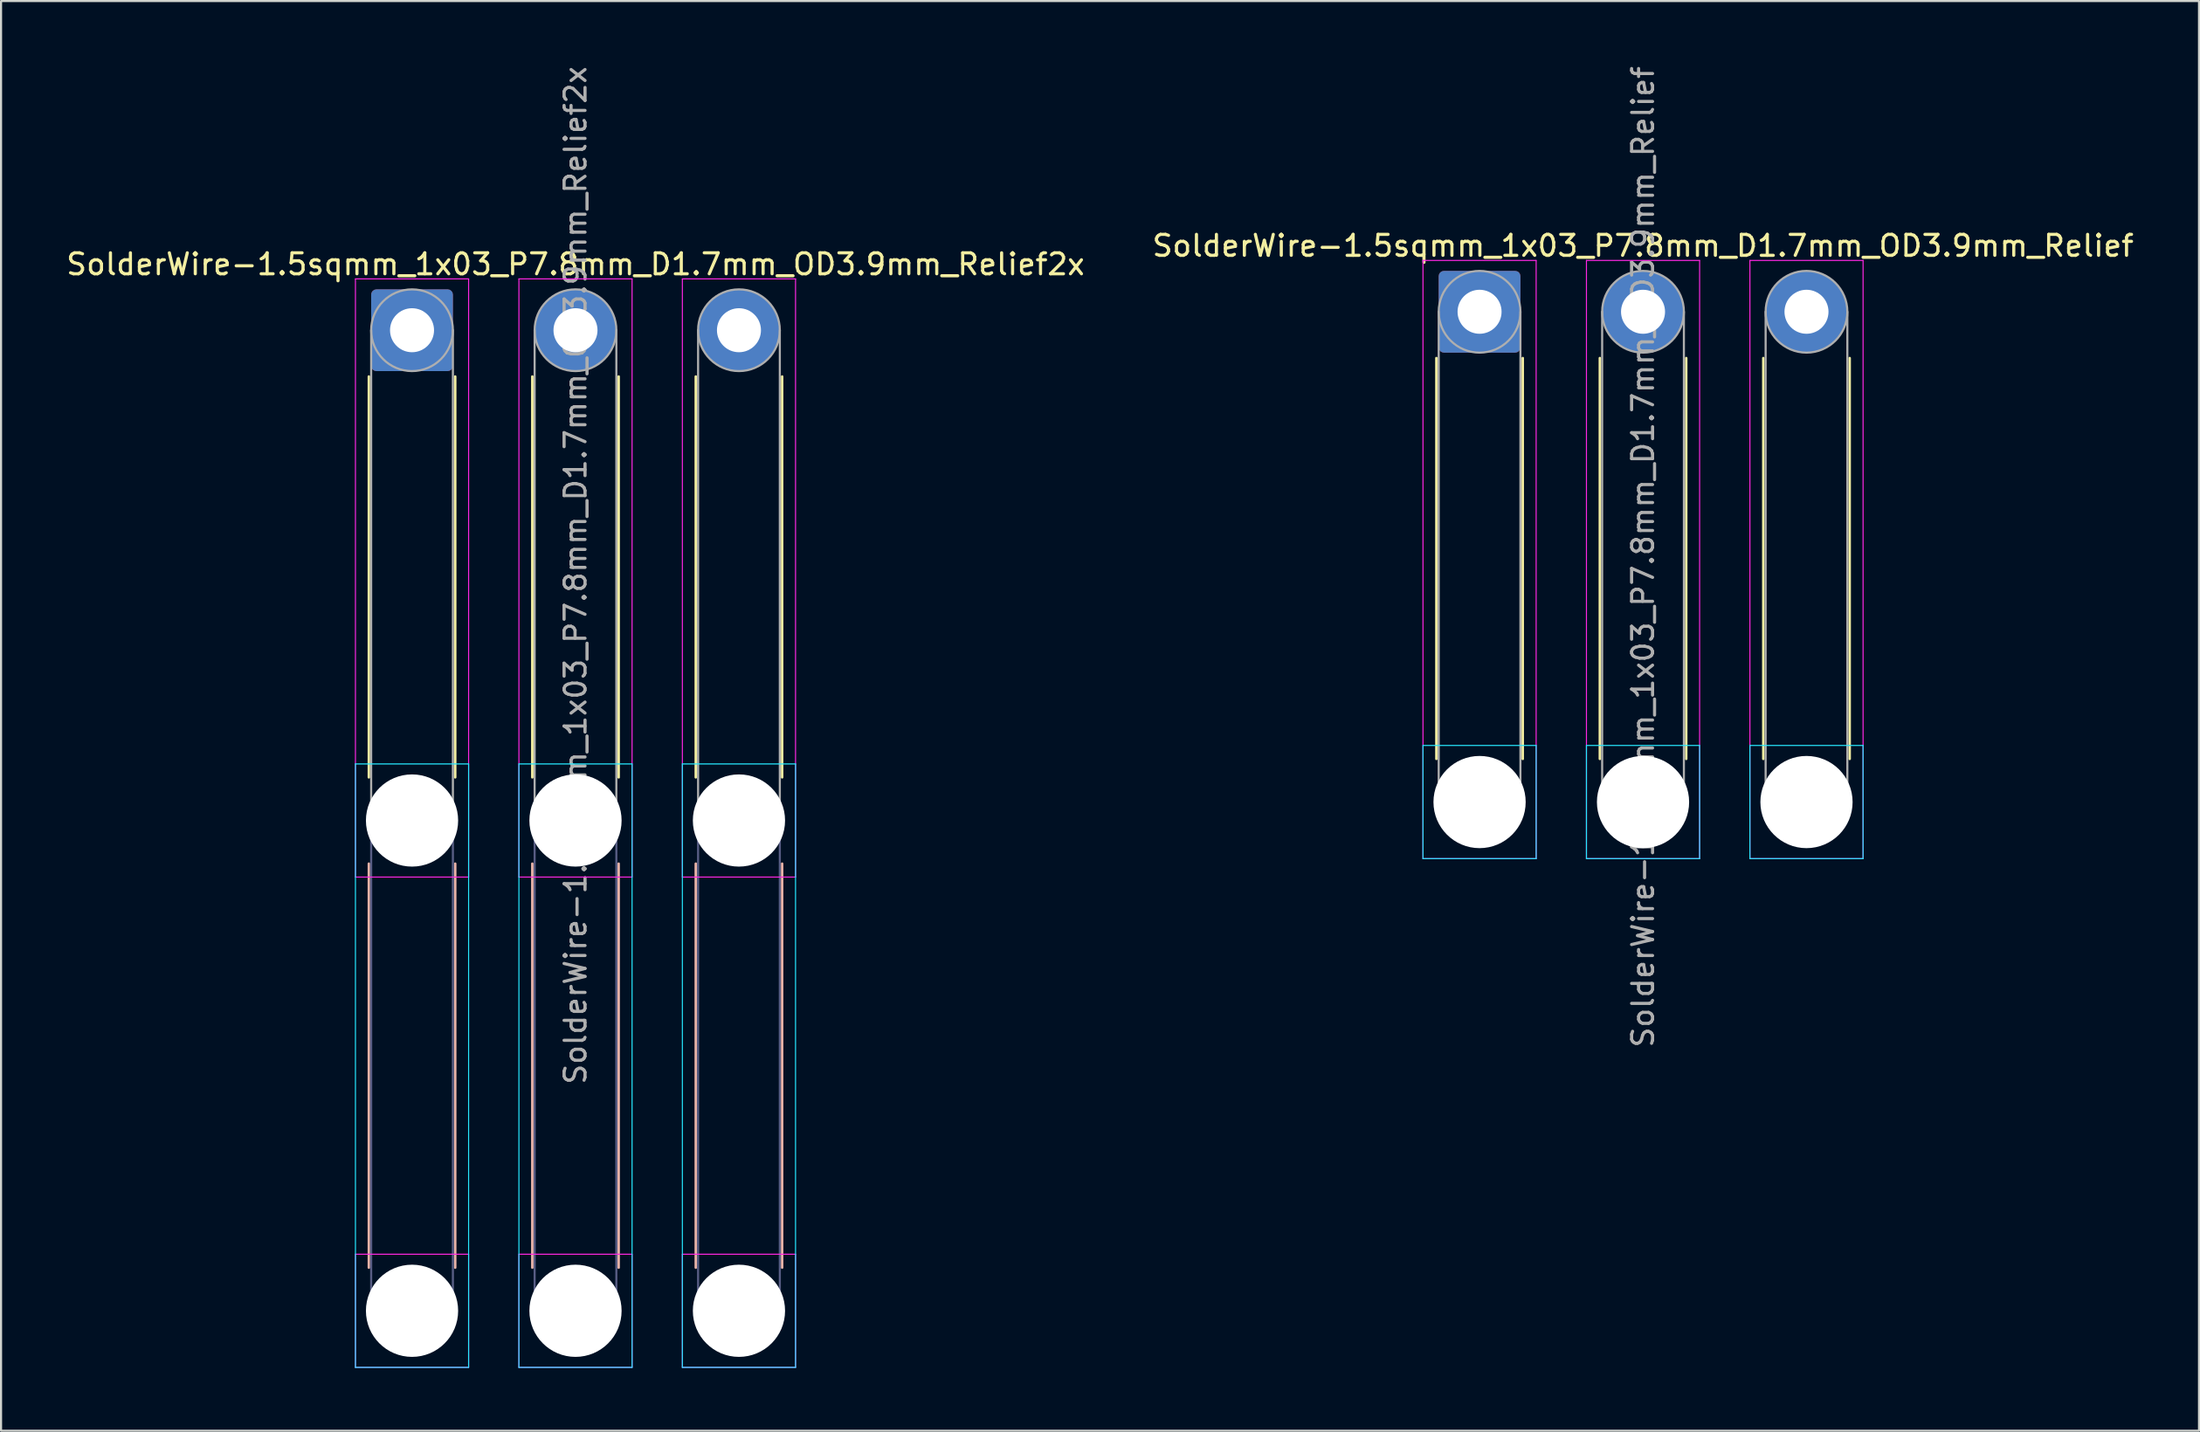
<source format=kicad_pcb>
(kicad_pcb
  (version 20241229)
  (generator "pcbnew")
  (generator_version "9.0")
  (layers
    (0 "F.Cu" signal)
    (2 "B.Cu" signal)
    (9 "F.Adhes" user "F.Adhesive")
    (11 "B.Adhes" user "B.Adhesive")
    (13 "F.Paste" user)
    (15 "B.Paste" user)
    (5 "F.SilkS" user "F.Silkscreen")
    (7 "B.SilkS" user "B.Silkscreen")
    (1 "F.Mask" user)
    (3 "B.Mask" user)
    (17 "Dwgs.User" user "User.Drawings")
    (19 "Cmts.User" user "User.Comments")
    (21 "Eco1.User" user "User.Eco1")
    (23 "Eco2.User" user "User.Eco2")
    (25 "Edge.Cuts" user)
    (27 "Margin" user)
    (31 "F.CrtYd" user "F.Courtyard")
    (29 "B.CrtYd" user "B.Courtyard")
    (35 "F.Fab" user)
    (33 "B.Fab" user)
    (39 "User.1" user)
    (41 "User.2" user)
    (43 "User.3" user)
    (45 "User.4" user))
  (footprint "SolderWire-1.5sqmm_1x03_P7.8mm_D1.7mm_OD3.9mm_Relief"
    (layer "F.Cu")
    (at 67.551 11.83)
    (property "Reference" "SolderWire-1.5sqmm_1x03_P7.8mm_D1.7mm_OD3.9mm_Relief" (at 7.8 -3.15 0) (layer "F.SilkS") (effects (font (size 1 1) (thickness 0.15))))
    (attr exclude_from_pos_files exclude_from_bom)
    (fp_line (start -2.06 2.21) (end -2.06 21.34) (stroke (width 0.12) (type solid)) (layer "F.SilkS"))
    (fp_line (start 2.06 2.21) (end 2.06 21.34) (stroke (width 0.12) (type solid)) (layer "F.SilkS"))
    (fp_line (start 5.74 2.21) (end 5.74 21.34) (stroke (width 0.12) (type solid)) (layer "F.SilkS"))
    (fp_line (start 9.86 2.21) (end 9.86 21.34) (stroke (width 0.12) (type solid)) (layer "F.SilkS"))
    (fp_line (start 13.54 2.21) (end 13.54 21.34) (stroke (width 0.12) (type solid)) (layer "F.SilkS"))
    (fp_line (start 17.66 2.21) (end 17.66 21.34) (stroke (width 0.12) (type solid)) (layer "F.SilkS"))
    (fp_line (start -2.7 20.7) (end -2.7 26.1) (stroke (width 0.05) (type solid)) (layer "B.CrtYd"))
    (fp_line (start -2.7 26.1) (end 2.7 26.1) (stroke (width 0.05) (type solid)) (layer "B.CrtYd"))
    (fp_line (start 2.7 20.7) (end -2.7 20.7) (stroke (width 0.05) (type solid)) (layer "B.CrtYd"))
    (fp_line (start 2.7 26.1) (end 2.7 20.7) (stroke (width 0.05) (type solid)) (layer "B.CrtYd"))
    (fp_line (start 5.1 20.7) (end 5.1 26.1) (stroke (width 0.05) (type solid)) (layer "B.CrtYd"))
    (fp_line (start 5.1 26.1) (end 10.5 26.1) (stroke (width 0.05) (type solid)) (layer "B.CrtYd"))
    (fp_line (start 10.5 20.7) (end 5.1 20.7) (stroke (width 0.05) (type solid)) (layer "B.CrtYd"))
    (fp_line (start 10.5 26.1) (end 10.5 20.7) (stroke (width 0.05) (type solid)) (layer "B.CrtYd"))
    (fp_line (start 12.9 20.7) (end 12.9 26.1) (stroke (width 0.05) (type solid)) (layer "B.CrtYd"))
    (fp_line (start 12.9 26.1) (end 18.3 26.1) (stroke (width 0.05) (type solid)) (layer "B.CrtYd"))
    (fp_line (start 18.3 20.7) (end 12.9 20.7) (stroke (width 0.05) (type solid)) (layer "B.CrtYd"))
    (fp_line (start 18.3 26.1) (end 18.3 20.7) (stroke (width 0.05) (type solid)) (layer "B.CrtYd"))
    (fp_line (start -2.7 -2.45) (end -2.7 26.1) (stroke (width 0.05) (type solid)) (layer "F.CrtYd"))
    (fp_line (start -2.7 26.1) (end 2.7 26.1) (stroke (width 0.05) (type solid)) (layer "F.CrtYd"))
    (fp_line (start 2.7 -2.45) (end -2.7 -2.45) (stroke (width 0.05) (type solid)) (layer "F.CrtYd"))
    (fp_line (start 2.7 26.1) (end 2.7 -2.45) (stroke (width 0.05) (type solid)) (layer "F.CrtYd"))
    (fp_line (start 5.1 -2.45) (end 5.1 26.1) (stroke (width 0.05) (type solid)) (layer "F.CrtYd"))
    (fp_line (start 5.1 26.1) (end 10.5 26.1) (stroke (width 0.05) (type solid)) (layer "F.CrtYd"))
    (fp_line (start 10.5 -2.45) (end 5.1 -2.45) (stroke (width 0.05) (type solid)) (layer "F.CrtYd"))
    (fp_line (start 10.5 26.1) (end 10.5 -2.45) (stroke (width 0.05) (type solid)) (layer "F.CrtYd"))
    (fp_line (start 12.9 -2.45) (end 12.9 26.1) (stroke (width 0.05) (type solid)) (layer "F.CrtYd"))
    (fp_line (start 12.9 26.1) (end 18.3 26.1) (stroke (width 0.05) (type solid)) (layer "F.CrtYd"))
    (fp_line (start 18.3 -2.45) (end 12.9 -2.45) (stroke (width 0.05) (type solid)) (layer "F.CrtYd"))
    (fp_line (start 18.3 26.1) (end 18.3 -2.45) (stroke (width 0.05) (type solid)) (layer "F.CrtYd"))
    (fp_line (start -1.95 0) (end -1.95 23.4) (stroke (width 0.1) (type solid)) (layer "F.Fab"))
    (fp_line (start 1.95 0) (end 1.95 23.4) (stroke (width 0.1) (type solid)) (layer "F.Fab"))
    (fp_line (start 5.85 0) (end 5.85 23.4) (stroke (width 0.1) (type solid)) (layer "F.Fab"))
    (fp_line (start 9.75 0) (end 9.75 23.4) (stroke (width 0.1) (type solid)) (layer "F.Fab"))
    (fp_line (start 13.65 0) (end 13.65 23.4) (stroke (width 0.1) (type solid)) (layer "F.Fab"))
    (fp_line (start 17.55 0) (end 17.55 23.4) (stroke (width 0.1) (type solid)) (layer "F.Fab"))
    (fp_circle (center 0 0) (end 1.95 0) (stroke (width 0.1) (type solid)) (fill no) (layer "F.Fab"))
    (fp_circle (center 0 23.4) (end 1.95 23.4) (stroke (width 0.1) (type solid)) (fill no) (layer "F.Fab"))
    (fp_circle (center 7.8 0) (end 9.75 0) (stroke (width 0.1) (type solid)) (fill no) (layer "F.Fab"))
    (fp_circle (center 7.8 23.4) (end 9.75 23.4) (stroke (width 0.1) (type solid)) (fill no) (layer "F.Fab"))
    (fp_circle (center 15.6 0) (end 17.55 0) (stroke (width 0.1) (type solid)) (fill no) (layer "F.Fab"))
    (fp_circle (center 15.6 23.4) (end 17.55 23.4) (stroke (width 0.1) (type solid)) (fill no) (layer "F.Fab"))
    (fp_text user "${REFERENCE}" (at 7.8 11.7 90) (layer "F.Fab") (effects (font (size 1 1) (thickness 0.15))))
    (pad "" np_thru_hole circle (at 0 23.4) (size 4.4 4.4) (drill 4.4) (layers "*.Cu" "*.Mask"))
    (pad "" np_thru_hole circle (at 7.8 23.4) (size 4.4 4.4) (drill 4.4) (layers "*.Cu" "*.Mask"))
    (pad "" np_thru_hole circle (at 15.6 23.4) (size 4.4 4.4) (drill 4.4) (layers "*.Cu" "*.Mask"))
    (pad "1" thru_hole roundrect (at 0 0) (size 3.9 3.9) (drill 2.1) (layers "*.Cu" "*.Mask") (roundrect_rratio 0.064))
    (pad "2" thru_hole circle (at 7.8 0) (size 3.9 3.9) (drill 2.1) (layers "*.Cu" "*.Mask"))
    (pad "3" thru_hole circle (at 15.6 0) (size 3.9 3.9) (drill 2.1) (layers "*.Cu" "*.Mask")))
  (footprint "SolderWire-1.5sqmm_1x03_P7.8mm_D1.7mm_OD3.9mm_Relief2x"
    (layer "F.Cu")
    (at 16.611 12.711)
    (property "Reference" "SolderWire-1.5sqmm_1x03_P7.8mm_D1.7mm_OD3.9mm_Relief2x" (at 7.8 -3.15 0) (layer "F.SilkS") (effects (font (size 1 1) (thickness 0.15))))
    (attr exclude_from_pos_files exclude_from_bom)
    (fp_line (start -2.06 2.21) (end -2.06 21.34) (stroke (width 0.12) (type solid)) (layer "F.SilkS"))
    (fp_line (start 2.06 2.21) (end 2.06 21.34) (stroke (width 0.12) (type solid)) (layer "F.SilkS"))
    (fp_line (start 5.74 2.21) (end 5.74 21.34) (stroke (width 0.12) (type solid)) (layer "F.SilkS"))
    (fp_line (start 9.86 2.21) (end 9.86 21.34) (stroke (width 0.12) (type solid)) (layer "F.SilkS"))
    (fp_line (start 13.54 2.21) (end 13.54 21.34) (stroke (width 0.12) (type solid)) (layer "F.SilkS"))
    (fp_line (start 17.66 2.21) (end 17.66 21.34) (stroke (width 0.12) (type solid)) (layer "F.SilkS"))
    (fp_line (start -2.06 25.46) (end -2.06 44.74) (stroke (width 0.12) (type solid)) (layer "B.SilkS"))
    (fp_line (start 2.06 25.46) (end 2.06 44.74) (stroke (width 0.12) (type solid)) (layer "B.SilkS"))
    (fp_line (start 5.74 25.46) (end 5.74 44.74) (stroke (width 0.12) (type solid)) (layer "B.SilkS"))
    (fp_line (start 9.86 25.46) (end 9.86 44.74) (stroke (width 0.12) (type solid)) (layer "B.SilkS"))
    (fp_line (start 13.54 25.46) (end 13.54 44.74) (stroke (width 0.12) (type solid)) (layer "B.SilkS"))
    (fp_line (start 17.66 25.46) (end 17.66 44.74) (stroke (width 0.12) (type solid)) (layer "B.SilkS"))
    (fp_line (start -2.7 20.7) (end -2.7 49.5) (stroke (width 0.05) (type solid)) (layer "B.CrtYd"))
    (fp_line (start -2.7 49.5) (end 2.7 49.5) (stroke (width 0.05) (type solid)) (layer "B.CrtYd"))
    (fp_line (start 2.7 20.7) (end -2.7 20.7) (stroke (width 0.05) (type solid)) (layer "B.CrtYd"))
    (fp_line (start 2.7 49.5) (end 2.7 20.7) (stroke (width 0.05) (type solid)) (layer "B.CrtYd"))
    (fp_line (start 5.1 20.7) (end 5.1 49.5) (stroke (width 0.05) (type solid)) (layer "B.CrtYd"))
    (fp_line (start 5.1 49.5) (end 10.5 49.5) (stroke (width 0.05) (type solid)) (layer "B.CrtYd"))
    (fp_line (start 10.5 20.7) (end 5.1 20.7) (stroke (width 0.05) (type solid)) (layer "B.CrtYd"))
    (fp_line (start 10.5 49.5) (end 10.5 20.7) (stroke (width 0.05) (type solid)) (layer "B.CrtYd"))
    (fp_line (start 12.9 20.7) (end 12.9 49.5) (stroke (width 0.05) (type solid)) (layer "B.CrtYd"))
    (fp_line (start 12.9 49.5) (end 18.3 49.5) (stroke (width 0.05) (type solid)) (layer "B.CrtYd"))
    (fp_line (start 18.3 20.7) (end 12.9 20.7) (stroke (width 0.05) (type solid)) (layer "B.CrtYd"))
    (fp_line (start 18.3 49.5) (end 18.3 20.7) (stroke (width 0.05) (type solid)) (layer "B.CrtYd"))
    (fp_line (start -2.7 -2.45) (end -2.7 26.1) (stroke (width 0.05) (type solid)) (layer "F.CrtYd"))
    (fp_line (start -2.7 26.1) (end 2.7 26.1) (stroke (width 0.05) (type solid)) (layer "F.CrtYd"))
    (fp_line (start -2.7 44.1) (end -2.7 49.5) (stroke (width 0.05) (type solid)) (layer "F.CrtYd"))
    (fp_line (start -2.7 49.5) (end 2.7 49.5) (stroke (width 0.05) (type solid)) (layer "F.CrtYd"))
    (fp_line (start 2.7 -2.45) (end -2.7 -2.45) (stroke (width 0.05) (type solid)) (layer "F.CrtYd"))
    (fp_line (start 2.7 26.1) (end 2.7 -2.45) (stroke (width 0.05) (type solid)) (layer "F.CrtYd"))
    (fp_line (start 2.7 44.1) (end -2.7 44.1) (stroke (width 0.05) (type solid)) (layer "F.CrtYd"))
    (fp_line (start 2.7 49.5) (end 2.7 44.1) (stroke (width 0.05) (type solid)) (layer "F.CrtYd"))
    (fp_line (start 5.1 -2.45) (end 5.1 26.1) (stroke (width 0.05) (type solid)) (layer "F.CrtYd"))
    (fp_line (start 5.1 26.1) (end 10.5 26.1) (stroke (width 0.05) (type solid)) (layer "F.CrtYd"))
    (fp_line (start 5.1 44.1) (end 5.1 49.5) (stroke (width 0.05) (type solid)) (layer "F.CrtYd"))
    (fp_line (start 5.1 49.5) (end 10.5 49.5) (stroke (width 0.05) (type solid)) (layer "F.CrtYd"))
    (fp_line (start 10.5 -2.45) (end 5.1 -2.45) (stroke (width 0.05) (type solid)) (layer "F.CrtYd"))
    (fp_line (start 10.5 26.1) (end 10.5 -2.45) (stroke (width 0.05) (type solid)) (layer "F.CrtYd"))
    (fp_line (start 10.5 44.1) (end 5.1 44.1) (stroke (width 0.05) (type solid)) (layer "F.CrtYd"))
    (fp_line (start 10.5 49.5) (end 10.5 44.1) (stroke (width 0.05) (type solid)) (layer "F.CrtYd"))
    (fp_line (start 12.9 -2.45) (end 12.9 26.1) (stroke (width 0.05) (type solid)) (layer "F.CrtYd"))
    (fp_line (start 12.9 26.1) (end 18.3 26.1) (stroke (width 0.05) (type solid)) (layer "F.CrtYd"))
    (fp_line (start 12.9 44.1) (end 12.9 49.5) (stroke (width 0.05) (type solid)) (layer "F.CrtYd"))
    (fp_line (start 12.9 49.5) (end 18.3 49.5) (stroke (width 0.05) (type solid)) (layer "F.CrtYd"))
    (fp_line (start 18.3 -2.45) (end 12.9 -2.45) (stroke (width 0.05) (type solid)) (layer "F.CrtYd"))
    (fp_line (start 18.3 26.1) (end 18.3 -2.45) (stroke (width 0.05) (type solid)) (layer "F.CrtYd"))
    (fp_line (start 18.3 44.1) (end 12.9 44.1) (stroke (width 0.05) (type solid)) (layer "F.CrtYd"))
    (fp_line (start 18.3 49.5) (end 18.3 44.1) (stroke (width 0.05) (type solid)) (layer "F.CrtYd"))
    (fp_line (start -1.95 23.4) (end -1.95 46.8) (stroke (width 0.1) (type solid)) (layer "B.Fab"))
    (fp_line (start 1.95 23.4) (end 1.95 46.8) (stroke (width 0.1) (type solid)) (layer "B.Fab"))
    (fp_line (start 5.85 23.4) (end 5.85 46.8) (stroke (width 0.1) (type solid)) (layer "B.Fab"))
    (fp_line (start 9.75 23.4) (end 9.75 46.8) (stroke (width 0.1) (type solid)) (layer "B.Fab"))
    (fp_line (start 13.65 23.4) (end 13.65 46.8) (stroke (width 0.1) (type solid)) (layer "B.Fab"))
    (fp_line (start 17.55 23.4) (end 17.55 46.8) (stroke (width 0.1) (type solid)) (layer "B.Fab"))
    (fp_circle (center 0 23.4) (end 1.95 23.4) (stroke (width 0.1) (type solid)) (fill no) (layer "B.Fab"))
    (fp_circle (center 0 46.8) (end 1.95 46.8) (stroke (width 0.1) (type solid)) (fill no) (layer "B.Fab"))
    (fp_circle (center 7.8 23.4) (end 9.75 23.4) (stroke (width 0.1) (type solid)) (fill no) (layer "B.Fab"))
    (fp_circle (center 7.8 46.8) (end 9.75 46.8) (stroke (width 0.1) (type solid)) (fill no) (layer "B.Fab"))
    (fp_circle (center 15.6 23.4) (end 17.55 23.4) (stroke (width 0.1) (type solid)) (fill no) (layer "B.Fab"))
    (fp_circle (center 15.6 46.8) (end 17.55 46.8) (stroke (width 0.1) (type solid)) (fill no) (layer "B.Fab"))
    (fp_line (start -1.95 0) (end -1.95 23.4) (stroke (width 0.1) (type solid)) (layer "F.Fab"))
    (fp_line (start 1.95 0) (end 1.95 23.4) (stroke (width 0.1) (type solid)) (layer "F.Fab"))
    (fp_line (start 5.85 0) (end 5.85 23.4) (stroke (width 0.1) (type solid)) (layer "F.Fab"))
    (fp_line (start 9.75 0) (end 9.75 23.4) (stroke (width 0.1) (type solid)) (layer "F.Fab"))
    (fp_line (start 13.65 0) (end 13.65 23.4) (stroke (width 0.1) (type solid)) (layer "F.Fab"))
    (fp_line (start 17.55 0) (end 17.55 23.4) (stroke (width 0.1) (type solid)) (layer "F.Fab"))
    (fp_circle (center 0 0) (end 1.95 0) (stroke (width 0.1) (type solid)) (fill no) (layer "F.Fab"))
    (fp_circle (center 0 23.4) (end 1.95 23.4) (stroke (width 0.1) (type solid)) (fill no) (layer "F.Fab"))
    (fp_circle (center 0 46.8) (end 1.95 46.8) (stroke (width 0.1) (type solid)) (fill no) (layer "F.Fab"))
    (fp_circle (center 7.8 0) (end 9.75 0) (stroke (width 0.1) (type solid)) (fill no) (layer "F.Fab"))
    (fp_circle (center 7.8 23.4) (end 9.75 23.4) (stroke (width 0.1) (type solid)) (fill no) (layer "F.Fab"))
    (fp_circle (center 7.8 46.8) (end 9.75 46.8) (stroke (width 0.1) (type solid)) (fill no) (layer "F.Fab"))
    (fp_circle (center 15.6 0) (end 17.55 0) (stroke (width 0.1) (type solid)) (fill no) (layer "F.Fab"))
    (fp_circle (center 15.6 23.4) (end 17.55 23.4) (stroke (width 0.1) (type solid)) (fill no) (layer "F.Fab"))
    (fp_circle (center 15.6 46.8) (end 17.55 46.8) (stroke (width 0.1) (type solid)) (fill no) (layer "F.Fab"))
    (fp_text user "${REFERENCE}" (at 7.8 11.7 90) (layer "F.Fab") (effects (font (size 1 1) (thickness 0.15))))
    (pad "" np_thru_hole circle (at 0 23.4) (size 4.4 4.4) (drill 4.4) (layers "*.Cu" "*.Mask"))
    (pad "" np_thru_hole circle (at 0 46.8) (size 4.4 4.4) (drill 4.4) (layers "*.Cu" "*.Mask"))
    (pad "" np_thru_hole circle (at 7.8 23.4) (size 4.4 4.4) (drill 4.4) (layers "*.Cu" "*.Mask"))
    (pad "" np_thru_hole circle (at 7.8 46.8) (size 4.4 4.4) (drill 4.4) (layers "*.Cu" "*.Mask"))
    (pad "" np_thru_hole circle (at 15.6 23.4) (size 4.4 4.4) (drill 4.4) (layers "*.Cu" "*.Mask"))
    (pad "" np_thru_hole circle (at 15.6 46.8) (size 4.4 4.4) (drill 4.4) (layers "*.Cu" "*.Mask"))
    (pad "1" thru_hole roundrect (at 0 0) (size 3.9 3.9) (drill 2.1) (layers "*.Cu" "*.Mask") (roundrect_rratio 0.064))
    (pad "2" thru_hole circle (at 7.8 0) (size 3.9 3.9) (drill 2.1) (layers "*.Cu" "*.Mask"))
    (pad "3" thru_hole circle (at 15.6 0) (size 3.9 3.9) (drill 2.1) (layers "*.Cu" "*.Mask")))
  (gr_rect
    (start -3 -3)
    (end 101.881 65.236)
    (stroke (width 0.1) (type default))
    (fill no)
    (layer "Edge.Cuts")))
</source>
